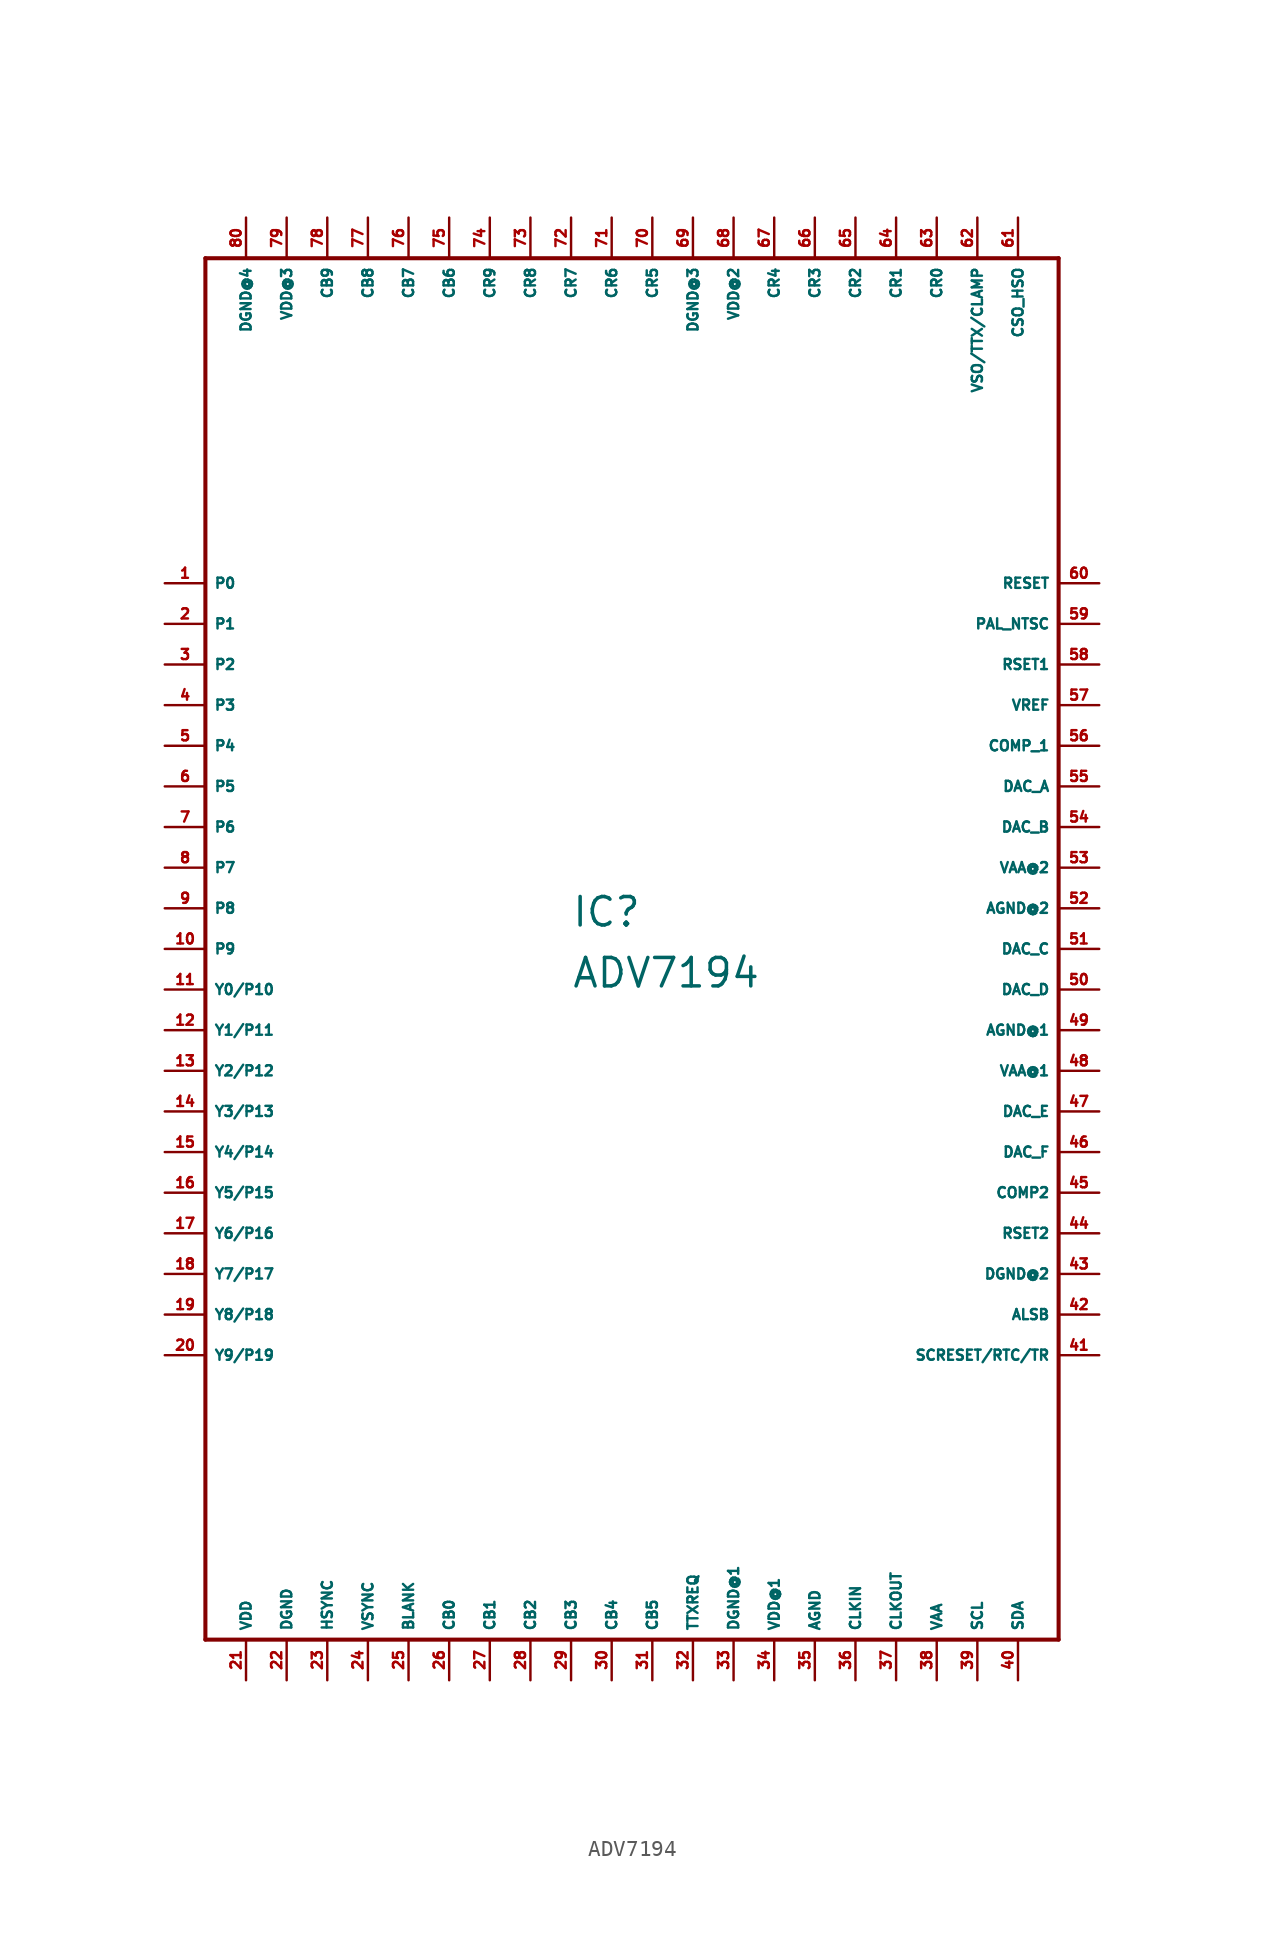
<source format=kicad_sym>
(kicad_symbol_lib
  (version 20220914)
  (generator Eagle2Kicad)
  (symbol "ADV7194"
    (property "Reference" "IC"
      (at -5.08 1.27 0)
      (effects (font (size 1.778 1.778) (thickness 0.22)) (justify left bottom)))
    (property "Value" "ADV7194"
      (at -5.08 -2.54 0)
      (effects (font (size 1.778 1.778) (thickness 0.22)) (justify left bottom)))
    (polyline
      (pts (xy -27.94 -43.18) (xy 25.4 -43.18))
      (stroke (width 0.254) (type default))
      (fill (type none)))
    (polyline
      (pts (xy 25.4 -43.18) (xy 25.4 43.18))
      (stroke (width 0.254) (type default))
      (fill (type none)))
    (polyline
      (pts (xy 25.4 43.18) (xy -27.94 43.18))
      (stroke (width 0.254) (type default))
      (fill (type none)))
    (polyline
      (pts (xy -27.94 43.18) (xy -27.94 -43.18))
      (stroke (width 0.254) (type default))
      (fill (type none)))
    (pin input line
      (at -30.48 22.86 0)
      (length 2.54)
      (name "P0" (effects (font (size 0.635 0.635) (thickness 0.08)) (justify left bottom)))
      (number "1" (effects (font (size 0.635 0.635) (thickness 0.08)) (justify left bottom))))
    (pin input line
      (at -30.48 20.32 0)
      (length 2.54)
      (name "P1" (effects (font (size 0.635 0.635) (thickness 0.08)) (justify left bottom)))
      (number "2" (effects (font (size 0.635 0.635) (thickness 0.08)) (justify left bottom))))
    (pin input line
      (at -30.48 17.78 0)
      (length 2.54)
      (name "P2" (effects (font (size 0.635 0.635) (thickness 0.08)) (justify left bottom)))
      (number "3" (effects (font (size 0.635 0.635) (thickness 0.08)) (justify left bottom))))
    (pin input line
      (at -30.48 15.24 0)
      (length 2.54)
      (name "P3" (effects (font (size 0.635 0.635) (thickness 0.08)) (justify left bottom)))
      (number "4" (effects (font (size 0.635 0.635) (thickness 0.08)) (justify left bottom))))
    (pin input line
      (at -30.48 12.7 0)
      (length 2.54)
      (name "P4" (effects (font (size 0.635 0.635) (thickness 0.08)) (justify left bottom)))
      (number "5" (effects (font (size 0.635 0.635) (thickness 0.08)) (justify left bottom))))
    (pin input line
      (at -30.48 10.16 0)
      (length 2.54)
      (name "P5" (effects (font (size 0.635 0.635) (thickness 0.08)) (justify left bottom)))
      (number "6" (effects (font (size 0.635 0.635) (thickness 0.08)) (justify left bottom))))
    (pin input line
      (at -30.48 7.62 0)
      (length 2.54)
      (name "P6" (effects (font (size 0.635 0.635) (thickness 0.08)) (justify left bottom)))
      (number "7" (effects (font (size 0.635 0.635) (thickness 0.08)) (justify left bottom))))
    (pin input line
      (at -30.48 5.08 0)
      (length 2.54)
      (name "P7" (effects (font (size 0.635 0.635) (thickness 0.08)) (justify left bottom)))
      (number "8" (effects (font (size 0.635 0.635) (thickness 0.08)) (justify left bottom))))
    (pin input line
      (at -30.48 2.54 0)
      (length 2.54)
      (name "P8" (effects (font (size 0.635 0.635) (thickness 0.08)) (justify left bottom)))
      (number "9" (effects (font (size 0.635 0.635) (thickness 0.08)) (justify left bottom))))
    (pin input line
      (at -30.48 0 0)
      (length 2.54)
      (name "P9" (effects (font (size 0.635 0.635) (thickness 0.08)) (justify left bottom)))
      (number "10" (effects (font (size 0.635 0.635) (thickness 0.08)) (justify left bottom))))
    (pin input line
      (at -30.48 -2.54 0)
      (length 2.54)
      (name "Y0/P10" (effects (font (size 0.635 0.635) (thickness 0.08)) (justify left bottom)))
      (number "11" (effects (font (size 0.635 0.635) (thickness 0.08)) (justify left bottom))))
    (pin input line
      (at -30.48 -5.08 0)
      (length 2.54)
      (name "Y1/P11" (effects (font (size 0.635 0.635) (thickness 0.08)) (justify left bottom)))
      (number "12" (effects (font (size 0.635 0.635) (thickness 0.08)) (justify left bottom))))
    (pin input line
      (at -30.48 -7.62 0)
      (length 2.54)
      (name "Y2/P12" (effects (font (size 0.635 0.635) (thickness 0.08)) (justify left bottom)))
      (number "13" (effects (font (size 0.635 0.635) (thickness 0.08)) (justify left bottom))))
    (pin input line
      (at -30.48 -10.16 0)
      (length 2.54)
      (name "Y3/P13" (effects (font (size 0.635 0.635) (thickness 0.08)) (justify left bottom)))
      (number "14" (effects (font (size 0.635 0.635) (thickness 0.08)) (justify left bottom))))
    (pin input line
      (at -30.48 -12.7 0)
      (length 2.54)
      (name "Y4/P14" (effects (font (size 0.635 0.635) (thickness 0.08)) (justify left bottom)))
      (number "15" (effects (font (size 0.635 0.635) (thickness 0.08)) (justify left bottom))))
    (pin input line
      (at -30.48 -15.24 0)
      (length 2.54)
      (name "Y5/P15" (effects (font (size 0.635 0.635) (thickness 0.08)) (justify left bottom)))
      (number "16" (effects (font (size 0.635 0.635) (thickness 0.08)) (justify left bottom))))
    (pin input line
      (at -30.48 -17.78 0)
      (length 2.54)
      (name "Y6/P16" (effects (font (size 0.635 0.635) (thickness 0.08)) (justify left bottom)))
      (number "17" (effects (font (size 0.635 0.635) (thickness 0.08)) (justify left bottom))))
    (pin input line
      (at -30.48 -20.32 0)
      (length 2.54)
      (name "Y7/P17" (effects (font (size 0.635 0.635) (thickness 0.08)) (justify left bottom)))
      (number "18" (effects (font (size 0.635 0.635) (thickness 0.08)) (justify left bottom))))
    (pin input line
      (at -30.48 -22.86 0)
      (length 2.54)
      (name "Y8/P18" (effects (font (size 0.635 0.635) (thickness 0.08)) (justify left bottom)))
      (number "19" (effects (font (size 0.635 0.635) (thickness 0.08)) (justify left bottom))))
    (pin input line
      (at -30.48 -25.4 0)
      (length 2.54)
      (name "Y9/P19" (effects (font (size 0.635 0.635) (thickness 0.08)) (justify left bottom)))
      (number "20" (effects (font (size 0.635 0.635) (thickness 0.08)) (justify left bottom))))
    (pin unspecified line
      (at -25.4 -45.72 90)
      (length 2.54)
      (name "VDD" (effects (font (size 0.635 0.635) (thickness 0.08)) (justify left bottom)))
      (number "21" (effects (font (size 0.635 0.635) (thickness 0.08)) (justify left bottom))))
    (pin unspecified line
      (at -22.86 -45.72 90)
      (length 2.54)
      (name "DGND" (effects (font (size 0.635 0.635) (thickness 0.08)) (justify left bottom)))
      (number "22" (effects (font (size 0.635 0.635) (thickness 0.08)) (justify left bottom))))
    (pin bidirectional line
      (at -20.32 -45.72 90)
      (length 2.54)
      (name "HSYNC" (effects (font (size 0.635 0.635) (thickness 0.08)) (justify left bottom)))
      (number "23" (effects (font (size 0.635 0.635) (thickness 0.08)) (justify left bottom))))
    (pin bidirectional line
      (at -17.78 -45.72 90)
      (length 2.54)
      (name "VSYNC" (effects (font (size 0.635 0.635) (thickness 0.08)) (justify left bottom)))
      (number "24" (effects (font (size 0.635 0.635) (thickness 0.08)) (justify left bottom))))
    (pin bidirectional line
      (at -15.24 -45.72 90)
      (length 2.54)
      (name "BLANK" (effects (font (size 0.635 0.635) (thickness 0.08)) (justify left bottom)))
      (number "25" (effects (font (size 0.635 0.635) (thickness 0.08)) (justify left bottom))))
    (pin input line
      (at -12.7 -45.72 90)
      (length 2.54)
      (name "CB0" (effects (font (size 0.635 0.635) (thickness 0.08)) (justify left bottom)))
      (number "26" (effects (font (size 0.635 0.635) (thickness 0.08)) (justify left bottom))))
    (pin input line
      (at -10.16 -45.72 90)
      (length 2.54)
      (name "CB1" (effects (font (size 0.635 0.635) (thickness 0.08)) (justify left bottom)))
      (number "27" (effects (font (size 0.635 0.635) (thickness 0.08)) (justify left bottom))))
    (pin input line
      (at -7.62 -45.72 90)
      (length 2.54)
      (name "CB2" (effects (font (size 0.635 0.635) (thickness 0.08)) (justify left bottom)))
      (number "28" (effects (font (size 0.635 0.635) (thickness 0.08)) (justify left bottom))))
    (pin input line
      (at -5.08 -45.72 90)
      (length 2.54)
      (name "CB3" (effects (font (size 0.635 0.635) (thickness 0.08)) (justify left bottom)))
      (number "29" (effects (font (size 0.635 0.635) (thickness 0.08)) (justify left bottom))))
    (pin input line
      (at -2.54 -45.72 90)
      (length 2.54)
      (name "CB4" (effects (font (size 0.635 0.635) (thickness 0.08)) (justify left bottom)))
      (number "30" (effects (font (size 0.635 0.635) (thickness 0.08)) (justify left bottom))))
    (pin input line
      (at 0 -45.72 90)
      (length 2.54)
      (name "CB5" (effects (font (size 0.635 0.635) (thickness 0.08)) (justify left bottom)))
      (number "31" (effects (font (size 0.635 0.635) (thickness 0.08)) (justify left bottom))))
    (pin output line
      (at 2.54 -45.72 90)
      (length 2.54)
      (name "TTXREQ" (effects (font (size 0.635 0.635) (thickness 0.08)) (justify left bottom)))
      (number "32" (effects (font (size 0.635 0.635) (thickness 0.08)) (justify left bottom))))
    (pin unspecified line
      (at 5.08 -45.72 90)
      (length 2.54)
      (name "DGND@1" (effects (font (size 0.635 0.635) (thickness 0.08)) (justify left bottom)))
      (number "33" (effects (font (size 0.635 0.635) (thickness 0.08)) (justify left bottom))))
    (pin unspecified line
      (at 7.62 -45.72 90)
      (length 2.54)
      (name "VDD@1" (effects (font (size 0.635 0.635) (thickness 0.08)) (justify left bottom)))
      (number "34" (effects (font (size 0.635 0.635) (thickness 0.08)) (justify left bottom))))
    (pin unspecified line
      (at 10.16 -45.72 90)
      (length 2.54)
      (name "AGND" (effects (font (size 0.635 0.635) (thickness 0.08)) (justify left bottom)))
      (number "35" (effects (font (size 0.635 0.635) (thickness 0.08)) (justify left bottom))))
    (pin input line
      (at 12.7 -45.72 90)
      (length 2.54)
      (name "CLKIN" (effects (font (size 0.635 0.635) (thickness 0.08)) (justify left bottom)))
      (number "36" (effects (font (size 0.635 0.635) (thickness 0.08)) (justify left bottom))))
    (pin output line
      (at 15.24 -45.72 90)
      (length 2.54)
      (name "CLKOUT" (effects (font (size 0.635 0.635) (thickness 0.08)) (justify left bottom)))
      (number "37" (effects (font (size 0.635 0.635) (thickness 0.08)) (justify left bottom))))
    (pin unspecified line
      (at 17.78 -45.72 90)
      (length 2.54)
      (name "VAA" (effects (font (size 0.635 0.635) (thickness 0.08)) (justify left bottom)))
      (number "38" (effects (font (size 0.635 0.635) (thickness 0.08)) (justify left bottom))))
    (pin input line
      (at 20.32 -45.72 90)
      (length 2.54)
      (name "SCL" (effects (font (size 0.635 0.635) (thickness 0.08)) (justify left bottom)))
      (number "39" (effects (font (size 0.635 0.635) (thickness 0.08)) (justify left bottom))))
    (pin bidirectional line
      (at 22.86 -45.72 90)
      (length 2.54)
      (name "SDA" (effects (font (size 0.635 0.635) (thickness 0.08)) (justify left bottom)))
      (number "40" (effects (font (size 0.635 0.635) (thickness 0.08)) (justify left bottom))))
    (pin input line
      (at 27.94 -25.4 180)
      (length 2.54)
      (name "SCRESET/RTC/TR" (effects (font (size 0.635 0.635) (thickness 0.08)) (justify left bottom)))
      (number "41" (effects (font (size 0.635 0.635) (thickness 0.08)) (justify left bottom))))
    (pin input line
      (at 27.94 -22.86 180)
      (length 2.54)
      (name "ALSB" (effects (font (size 0.635 0.635) (thickness 0.08)) (justify left bottom)))
      (number "42" (effects (font (size 0.635 0.635) (thickness 0.08)) (justify left bottom))))
    (pin unspecified line
      (at 27.94 -20.32 180)
      (length 2.54)
      (name "DGND@2" (effects (font (size 0.635 0.635) (thickness 0.08)) (justify left bottom)))
      (number "43" (effects (font (size 0.635 0.635) (thickness 0.08)) (justify left bottom))))
    (pin input line
      (at 27.94 -17.78 180)
      (length 2.54)
      (name "RSET2" (effects (font (size 0.635 0.635) (thickness 0.08)) (justify left bottom)))
      (number "44" (effects (font (size 0.635 0.635) (thickness 0.08)) (justify left bottom))))
    (pin output line
      (at 27.94 -15.24 180)
      (length 2.54)
      (name "COMP2" (effects (font (size 0.635 0.635) (thickness 0.08)) (justify left bottom)))
      (number "45" (effects (font (size 0.635 0.635) (thickness 0.08)) (justify left bottom))))
    (pin output line
      (at 27.94 -12.7 180)
      (length 2.54)
      (name "DAC_F" (effects (font (size 0.635 0.635) (thickness 0.08)) (justify left bottom)))
      (number "46" (effects (font (size 0.635 0.635) (thickness 0.08)) (justify left bottom))))
    (pin output line
      (at 27.94 -10.16 180)
      (length 2.54)
      (name "DAC_E" (effects (font (size 0.635 0.635) (thickness 0.08)) (justify left bottom)))
      (number "47" (effects (font (size 0.635 0.635) (thickness 0.08)) (justify left bottom))))
    (pin unspecified line
      (at 27.94 -7.62 180)
      (length 2.54)
      (name "VAA@1" (effects (font (size 0.635 0.635) (thickness 0.08)) (justify left bottom)))
      (number "48" (effects (font (size 0.635 0.635) (thickness 0.08)) (justify left bottom))))
    (pin unspecified line
      (at 27.94 -5.08 180)
      (length 2.54)
      (name "AGND@1" (effects (font (size 0.635 0.635) (thickness 0.08)) (justify left bottom)))
      (number "49" (effects (font (size 0.635 0.635) (thickness 0.08)) (justify left bottom))))
    (pin output line
      (at 27.94 -2.54 180)
      (length 2.54)
      (name "DAC_D" (effects (font (size 0.635 0.635) (thickness 0.08)) (justify left bottom)))
      (number "50" (effects (font (size 0.635 0.635) (thickness 0.08)) (justify left bottom))))
    (pin output line
      (at 27.94 0 180)
      (length 2.54)
      (name "DAC_C" (effects (font (size 0.635 0.635) (thickness 0.08)) (justify left bottom)))
      (number "51" (effects (font (size 0.635 0.635) (thickness 0.08)) (justify left bottom))))
    (pin unspecified line
      (at 27.94 2.54 180)
      (length 2.54)
      (name "AGND@2" (effects (font (size 0.635 0.635) (thickness 0.08)) (justify left bottom)))
      (number "52" (effects (font (size 0.635 0.635) (thickness 0.08)) (justify left bottom))))
    (pin unspecified line
      (at 27.94 5.08 180)
      (length 2.54)
      (name "VAA@2" (effects (font (size 0.635 0.635) (thickness 0.08)) (justify left bottom)))
      (number "53" (effects (font (size 0.635 0.635) (thickness 0.08)) (justify left bottom))))
    (pin output line
      (at 27.94 7.62 180)
      (length 2.54)
      (name "DAC_B" (effects (font (size 0.635 0.635) (thickness 0.08)) (justify left bottom)))
      (number "54" (effects (font (size 0.635 0.635) (thickness 0.08)) (justify left bottom))))
    (pin output line
      (at 27.94 10.16 180)
      (length 2.54)
      (name "DAC_A" (effects (font (size 0.635 0.635) (thickness 0.08)) (justify left bottom)))
      (number "55" (effects (font (size 0.635 0.635) (thickness 0.08)) (justify left bottom))))
    (pin output line
      (at 27.94 12.7 180)
      (length 2.54)
      (name "COMP_1" (effects (font (size 0.635 0.635) (thickness 0.08)) (justify left bottom)))
      (number "56" (effects (font (size 0.635 0.635) (thickness 0.08)) (justify left bottom))))
    (pin bidirectional line
      (at 27.94 15.24 180)
      (length 2.54)
      (name "VREF" (effects (font (size 0.635 0.635) (thickness 0.08)) (justify left bottom)))
      (number "57" (effects (font (size 0.635 0.635) (thickness 0.08)) (justify left bottom))))
    (pin input line
      (at 27.94 17.78 180)
      (length 2.54)
      (name "RSET1" (effects (font (size 0.635 0.635) (thickness 0.08)) (justify left bottom)))
      (number "58" (effects (font (size 0.635 0.635) (thickness 0.08)) (justify left bottom))))
    (pin input line
      (at 27.94 20.32 180)
      (length 2.54)
      (name "PAL_NTSC" (effects (font (size 0.635 0.635) (thickness 0.08)) (justify left bottom)))
      (number "59" (effects (font (size 0.635 0.635) (thickness 0.08)) (justify left bottom))))
    (pin input line
      (at 27.94 22.86 180)
      (length 2.54)
      (name "RESET" (effects (font (size 0.635 0.635) (thickness 0.08)) (justify left bottom)))
      (number "60" (effects (font (size 0.635 0.635) (thickness 0.08)) (justify left bottom))))
    (pin output line
      (at 22.86 45.72 270)
      (length 2.54)
      (name "CSO_HSO" (effects (font (size 0.635 0.635) (thickness 0.08)) (justify left bottom)))
      (number "61" (effects (font (size 0.635 0.635) (thickness 0.08)) (justify left bottom))))
    (pin bidirectional line
      (at 20.32 45.72 270)
      (length 2.54)
      (name "VSO/TTX/CLAMP" (effects (font (size 0.635 0.635) (thickness 0.08)) (justify left bottom)))
      (number "62" (effects (font (size 0.635 0.635) (thickness 0.08)) (justify left bottom))))
    (pin input line
      (at 17.78 45.72 270)
      (length 2.54)
      (name "CR0" (effects (font (size 0.635 0.635) (thickness 0.08)) (justify left bottom)))
      (number "63" (effects (font (size 0.635 0.635) (thickness 0.08)) (justify left bottom))))
    (pin input line
      (at 15.24 45.72 270)
      (length 2.54)
      (name "CR1" (effects (font (size 0.635 0.635) (thickness 0.08)) (justify left bottom)))
      (number "64" (effects (font (size 0.635 0.635) (thickness 0.08)) (justify left bottom))))
    (pin input line
      (at 12.7 45.72 270)
      (length 2.54)
      (name "CR2" (effects (font (size 0.635 0.635) (thickness 0.08)) (justify left bottom)))
      (number "65" (effects (font (size 0.635 0.635) (thickness 0.08)) (justify left bottom))))
    (pin input line
      (at 10.16 45.72 270)
      (length 2.54)
      (name "CR3" (effects (font (size 0.635 0.635) (thickness 0.08)) (justify left bottom)))
      (number "66" (effects (font (size 0.635 0.635) (thickness 0.08)) (justify left bottom))))
    (pin input line
      (at 7.62 45.72 270)
      (length 2.54)
      (name "CR4" (effects (font (size 0.635 0.635) (thickness 0.08)) (justify left bottom)))
      (number "67" (effects (font (size 0.635 0.635) (thickness 0.08)) (justify left bottom))))
    (pin unspecified line
      (at 5.08 45.72 270)
      (length 2.54)
      (name "VDD@2" (effects (font (size 0.635 0.635) (thickness 0.08)) (justify left bottom)))
      (number "68" (effects (font (size 0.635 0.635) (thickness 0.08)) (justify left bottom))))
    (pin unspecified line
      (at 2.54 45.72 270)
      (length 2.54)
      (name "DGND@3" (effects (font (size 0.635 0.635) (thickness 0.08)) (justify left bottom)))
      (number "69" (effects (font (size 0.635 0.635) (thickness 0.08)) (justify left bottom))))
    (pin input line
      (at 0 45.72 270)
      (length 2.54)
      (name "CR5" (effects (font (size 0.635 0.635) (thickness 0.08)) (justify left bottom)))
      (number "70" (effects (font (size 0.635 0.635) (thickness 0.08)) (justify left bottom))))
    (pin input line
      (at -2.54 45.72 270)
      (length 2.54)
      (name "CR6" (effects (font (size 0.635 0.635) (thickness 0.08)) (justify left bottom)))
      (number "71" (effects (font (size 0.635 0.635) (thickness 0.08)) (justify left bottom))))
    (pin input line
      (at -5.08 45.72 270)
      (length 2.54)
      (name "CR7" (effects (font (size 0.635 0.635) (thickness 0.08)) (justify left bottom)))
      (number "72" (effects (font (size 0.635 0.635) (thickness 0.08)) (justify left bottom))))
    (pin input line
      (at -7.62 45.72 270)
      (length 2.54)
      (name "CR8" (effects (font (size 0.635 0.635) (thickness 0.08)) (justify left bottom)))
      (number "73" (effects (font (size 0.635 0.635) (thickness 0.08)) (justify left bottom))))
    (pin input line
      (at -10.16 45.72 270)
      (length 2.54)
      (name "CR9" (effects (font (size 0.635 0.635) (thickness 0.08)) (justify left bottom)))
      (number "74" (effects (font (size 0.635 0.635) (thickness 0.08)) (justify left bottom))))
    (pin input line
      (at -12.7 45.72 270)
      (length 2.54)
      (name "CB6" (effects (font (size 0.635 0.635) (thickness 0.08)) (justify left bottom)))
      (number "75" (effects (font (size 0.635 0.635) (thickness 0.08)) (justify left bottom))))
    (pin input line
      (at -15.24 45.72 270)
      (length 2.54)
      (name "CB7" (effects (font (size 0.635 0.635) (thickness 0.08)) (justify left bottom)))
      (number "76" (effects (font (size 0.635 0.635) (thickness 0.08)) (justify left bottom))))
    (pin input line
      (at -17.78 45.72 270)
      (length 2.54)
      (name "CB8" (effects (font (size 0.635 0.635) (thickness 0.08)) (justify left bottom)))
      (number "77" (effects (font (size 0.635 0.635) (thickness 0.08)) (justify left bottom))))
    (pin input line
      (at -20.32 45.72 270)
      (length 2.54)
      (name "CB9" (effects (font (size 0.635 0.635) (thickness 0.08)) (justify left bottom)))
      (number "78" (effects (font (size 0.635 0.635) (thickness 0.08)) (justify left bottom))))
    (pin unspecified line
      (at -22.86 45.72 270)
      (length 2.54)
      (name "VDD@3" (effects (font (size 0.635 0.635) (thickness 0.08)) (justify left bottom)))
      (number "79" (effects (font (size 0.635 0.635) (thickness 0.08)) (justify left bottom))))
    (pin unspecified line
      (at -25.4 45.72 270)
      (length 2.54)
      (name "DGND@4" (effects (font (size 0.635 0.635) (thickness 0.08)) (justify left bottom)))
      (number "80" (effects (font (size 0.635 0.635) (thickness 0.08)) (justify left bottom))))))
</source>
